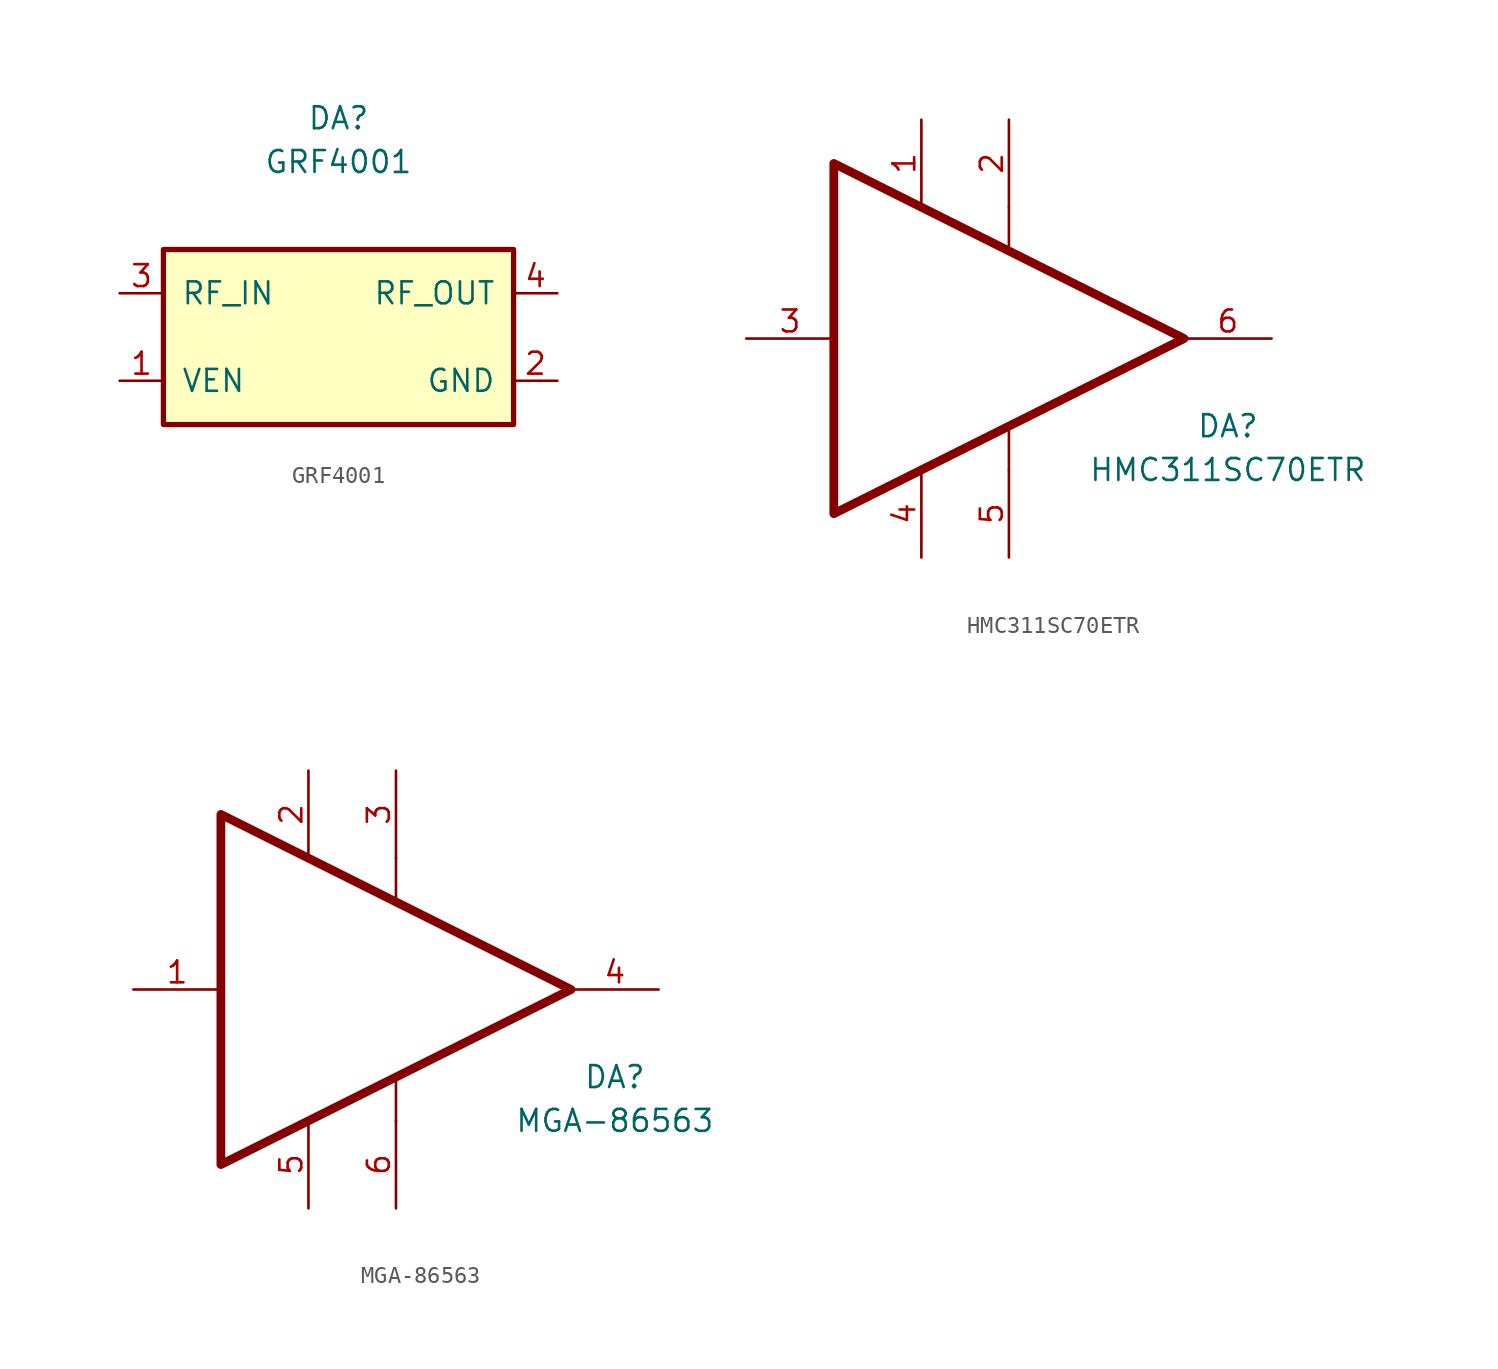
<source format=kicad_sym>
(kicad_symbol_lib
  (version 20211014)
  (generator kicad_symbol_editor)
  (symbol "GRF4001"
    (pin_names
      (offset 1.016))
    (property "Reference" "DA"
      (at 0 12.7 0)
      (effects (font (size 1.27 1.27))))
    (property "Value" "GRF4001"
      (at 0 10.16 0)
      (effects (font (size 1.27 1.27))))
    (symbol "GRF4001_0_1"
      (rectangle (start -10.16 5.08) (end 10.16 -5.08) (stroke (width 0.305) (type default) (color 0 0 0 0)) (fill (type background))))
    (symbol "GRF4001_1_1"
      (pin input line (at -12.7 -2.54 0) (length 2.54) (name "VEN" (effects (font (size 1.27 1.27)))) (number "1" (effects (font (size 1.27 1.27)))))
      (pin passive line (at 12.7 -2.54 180) (length 2.54) (name "GND" (effects (font (size 1.27 1.27)))) (number "2" (effects (font (size 1.27 1.27)))))
      (pin input line (at -12.7 2.54 0) (length 2.54) (name "RF_IN" (effects (font (size 1.27 1.27)))) (number "3" (effects (font (size 1.27 1.27)))))
      (pin output line (at 12.7 2.54 180) (length 2.54) (name "RF_OUT" (effects (font (size 1.27 1.27)))) (number "4" (effects (font (size 1.27 1.27)))))
      (pin passive line (at 12.7 -2.54 180) (length 2.54) hide (name "GND" (effects (font (size 1.27 1.27)))) (number "5" (effects (font (size 1.27 1.27)))))
      (pin passive line (at 12.7 -2.54 180) (length 2.54) hide (name "GND" (effects (font (size 1.27 1.27)))) (number "6" (effects (font (size 1.27 1.27)))))))
  (symbol "HMC311SC70ETR"
    (pin_names
      (offset 1.016))
    (property "Reference" "DA"
      (at 27.94 -5.08 0)
      (effects (font (size 1.27 1.27))))
    (property "Value" "HMC311SC70ETR"
      (at 27.94 -7.62 0)
      (effects (font (size 1.27 1.27))))
    (symbol "HMC311SC70ETR_0_1"
      (polyline (pts (xy 15.24 -7.62) (xy 15.24 -5.08)) (stroke (width 0) (type default) (color 0 0 0 0)) (fill (type none)))
      (polyline (pts (xy 15.24 7.62) (xy 15.24 5.08)) (stroke (width 0) (type default) (color 0 0 0 0)) (fill (type none))))
    (symbol "HMC311SC70ETR_1_1"
      (polyline (pts (xy 5.08 10.16) (xy 5.08 -10.16) (xy 25.4 0) (xy 5.08 10.16)) (stroke (width 0.508) (type default) (color 0 0 0 0)) (fill (type none)))
      (pin power_in line (at 10.16 12.7 270) (length 5.08) (name "~" (effects (font (size 1.27 1.27)))) (number "1" (effects (font (size 1.27 1.27)))))
      (pin power_in line (at 15.24 12.7 270) (length 5.08) (name "~" (effects (font (size 1.27 1.27)))) (number "2" (effects (font (size 1.27 1.27)))))
      (pin input line (at 0 0 0) (length 5.08) (name "~" (effects (font (size 1.27 1.27)))) (number "3" (effects (font (size 1.27 1.27)))))
      (pin power_in line (at 10.16 -12.7 90) (length 5.08) (name "~" (effects (font (size 1.27 1.27)))) (number "4" (effects (font (size 1.27 1.27)))))
      (pin power_in line (at 15.24 -12.7 90) (length 5.08) (name "~" (effects (font (size 1.27 1.27)))) (number "5" (effects (font (size 1.27 1.27)))))
      (pin output line (at 30.48 0 180) (length 5.08) (name "~" (effects (font (size 1.27 1.27)))) (number "6" (effects (font (size 1.27 1.27)))))))
  (symbol "MGA-86563"
    (pin_names
      (offset 1.016))
    (property "Reference" "DA"
      (at 27.94 -5.08 0)
      (effects (font (size 1.27 1.27))))
    (property "Value" "MGA-86563"
      (at 27.94 -7.62 0)
      (effects (font (size 1.27 1.27))))
    (symbol "MGA-86563_0_1"
      (polyline (pts (xy 15.24 -7.62) (xy 15.24 -5.08)) (stroke (width 0) (type default) (color 0 0 0 0)) (fill (type none)))
      (polyline (pts (xy 15.24 7.62) (xy 15.24 5.08)) (stroke (width 0) (type default) (color 0 0 0 0)) (fill (type none))))
    (symbol "MGA-86563_1_1"
      (polyline (pts (xy 5.08 10.16) (xy 5.08 -10.16) (xy 25.4 0) (xy 5.08 10.16)) (stroke (width 0.508) (type default) (color 0 0 0 0)) (fill (type none)))
      (pin input line (at 0 0 0) (length 5.08) (name "~" (effects (font (size 1.27 1.27)))) (number "1" (effects (font (size 1.27 1.27)))))
      (pin power_in line (at 10.16 12.7 270) (length 5.08) (name "~" (effects (font (size 1.27 1.27)))) (number "2" (effects (font (size 1.27 1.27)))))
      (pin power_in line (at 15.24 12.7 270) (length 5.08) (name "~" (effects (font (size 1.27 1.27)))) (number "3" (effects (font (size 1.27 1.27)))))
      (pin output line (at 30.48 0 180) (length 5.08) (name "~" (effects (font (size 1.27 1.27)))) (number "4" (effects (font (size 1.27 1.27)))))
      (pin power_in line (at 10.16 -12.7 90) (length 5.08) (name "~" (effects (font (size 1.27 1.27)))) (number "5" (effects (font (size 1.27 1.27)))))
      (pin power_in line (at 15.24 -12.7 90) (length 5.08) (name "~" (effects (font (size 1.27 1.27)))) (number "6" (effects (font (size 1.27 1.27))))))))
</source>
